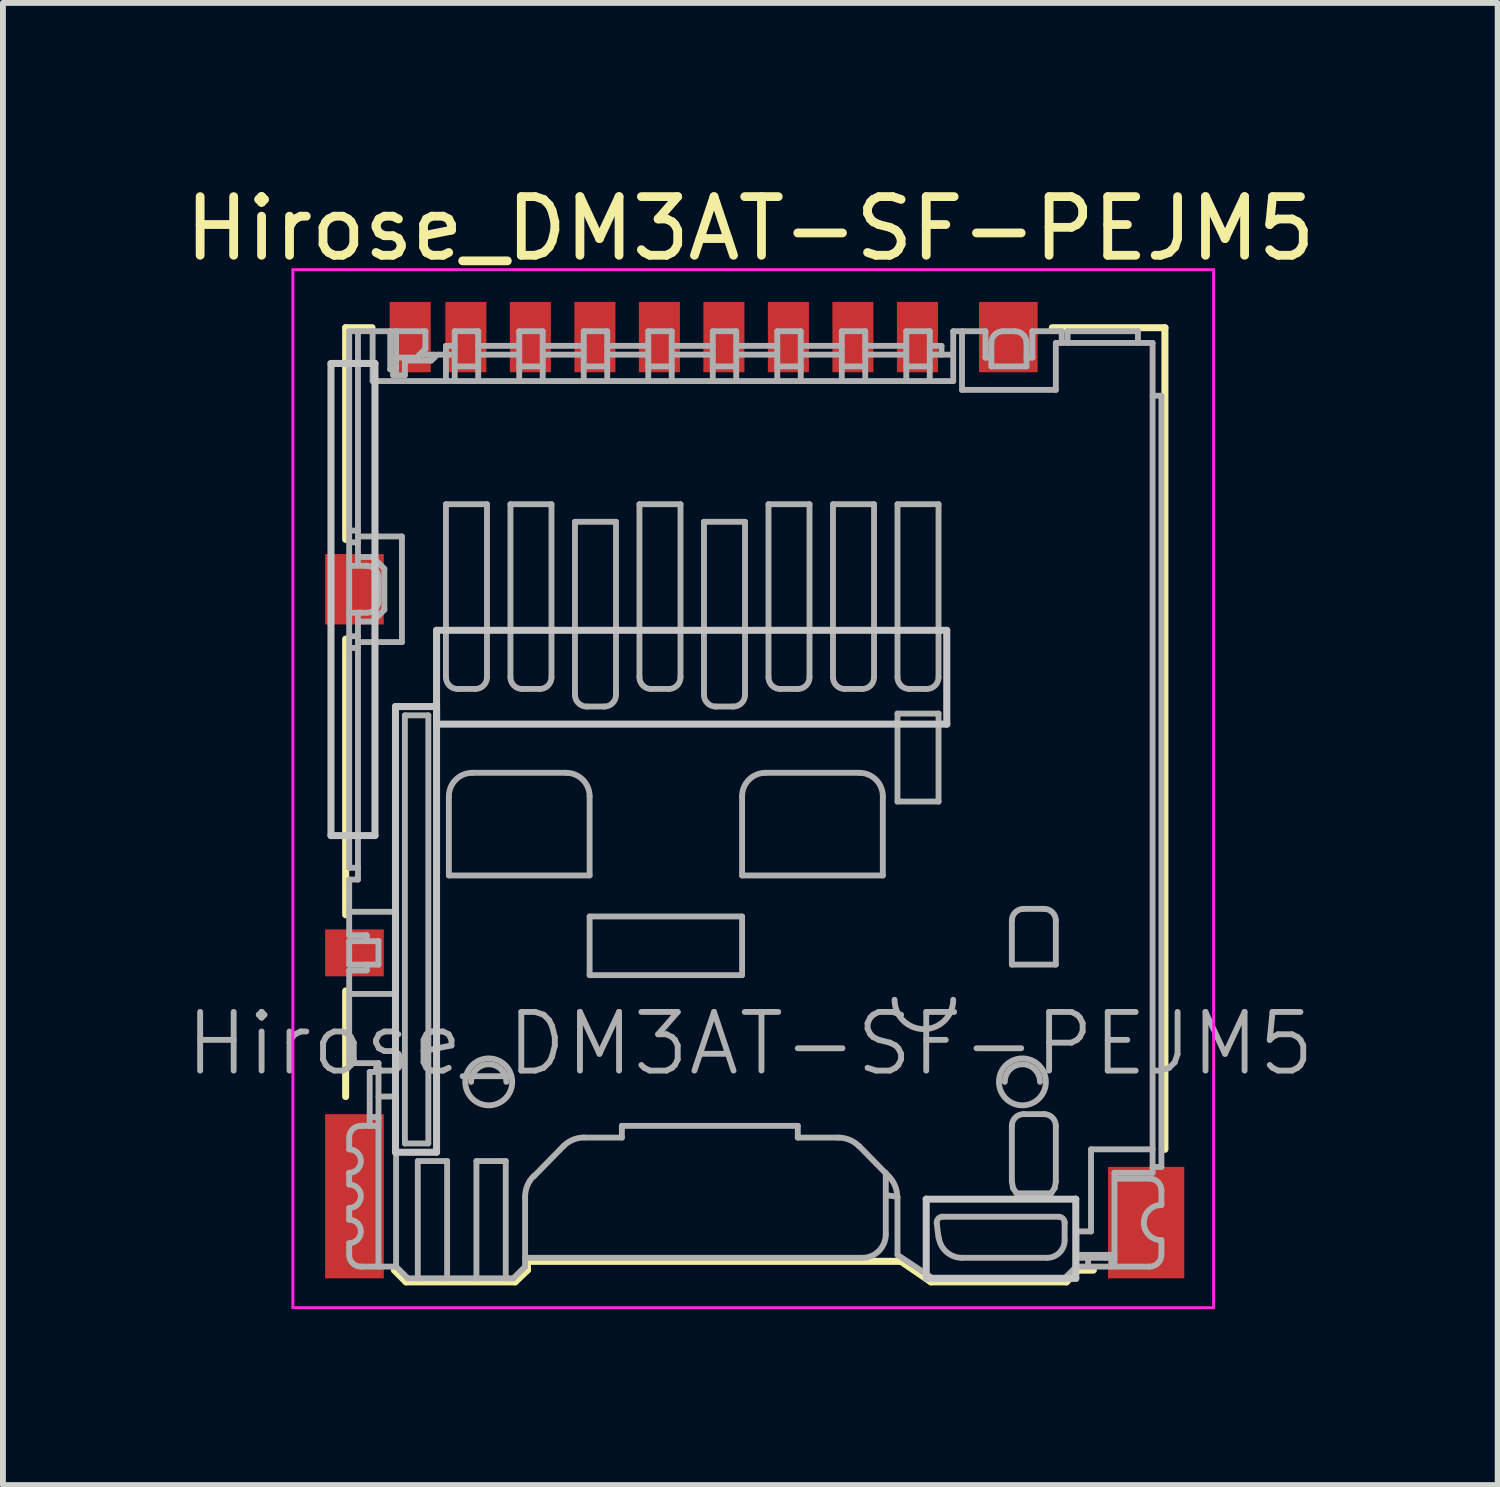
<source format=kicad_pcb>
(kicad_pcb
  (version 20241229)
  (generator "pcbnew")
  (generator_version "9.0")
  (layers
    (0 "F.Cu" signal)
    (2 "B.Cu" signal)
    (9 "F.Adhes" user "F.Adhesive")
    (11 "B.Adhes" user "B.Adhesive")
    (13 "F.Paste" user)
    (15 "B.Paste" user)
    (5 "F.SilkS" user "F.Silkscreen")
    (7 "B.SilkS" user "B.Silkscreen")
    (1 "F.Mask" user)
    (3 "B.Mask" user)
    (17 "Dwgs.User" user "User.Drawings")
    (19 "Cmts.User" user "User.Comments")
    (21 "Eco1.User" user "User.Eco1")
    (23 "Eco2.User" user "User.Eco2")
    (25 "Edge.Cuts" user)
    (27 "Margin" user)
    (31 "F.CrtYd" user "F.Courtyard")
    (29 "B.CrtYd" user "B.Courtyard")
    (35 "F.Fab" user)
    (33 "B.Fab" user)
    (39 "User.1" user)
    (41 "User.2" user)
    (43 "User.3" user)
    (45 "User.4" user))
  (footprint "Hirose_DM3AT-SF-PEJM5"
    (layer "F.Cu")
    (at 9.744 10.248)
    (property "Reference" "Hirose_DM3AT-SF-PEJM5" (at 0 -9.4 180) (layer "F.SilkS") (effects (font (size 1 1) (thickness 0.15))))
    (attr smd)
    (fp_line (start -6.9 -7.71) (end -6.9 -4.1) (stroke (width 0.12) (type solid)) (layer "F.SilkS"))
    (fp_line (start -6.9 -2.4) (end -6.9 2.3) (stroke (width 0.12) (type solid)) (layer "F.SilkS"))
    (fp_line (start -6.9 3.6) (end -6.9 5.4) (stroke (width 0.12) (type solid)) (layer "F.SilkS"))
    (fp_line (start -6.45 -7.71) (end -6.9 -7.71) (stroke (width 0.12) (type solid)) (layer "F.SilkS"))
    (fp_line (start -5.87 8.56) (end -6.07 8.36) (stroke (width 0.12) (type solid)) (layer "F.SilkS"))
    (fp_line (start -5.87 8.56) (end -4.01 8.56) (stroke (width 0.12) (type solid)) (layer "F.SilkS"))
    (fp_line (start -4.01 8.56) (end -3.8 8.36) (stroke (width 0.12) (type solid)) (layer "F.SilkS"))
    (fp_line (start -3.8 8.21) (end -3.8 8.36) (stroke (width 0.12) (type solid)) (layer "F.SilkS"))
    (fp_line (start -3.8 8.21) (end 2.57 8.21) (stroke (width 0.12) (type solid)) (layer "F.SilkS"))
    (fp_line (start 3.08 8.56) (end 2.57 8.21) (stroke (width 0.12) (type solid)) (layer "F.SilkS"))
    (fp_line (start 5.15 -7.71) (end 7.07 -7.71) (stroke (width 0.12) (type solid)) (layer "F.SilkS"))
    (fp_line (start 5.39 8.56) (end 3.08 8.56) (stroke (width 0.12) (type solid)) (layer "F.SilkS"))
    (fp_line (start 5.39 8.56) (end 5.59 8.36) (stroke (width 0.12) (type solid)) (layer "F.SilkS"))
    (fp_line (start 5.59 8.36) (end 5.85 8.36) (stroke (width 0.12) (type solid)) (layer "F.SilkS"))
    (fp_line (start 7.07 -7.71) (end 7.07 6.3) (stroke (width 0.12) (type solid)) (layer "F.SilkS"))
    (fp_line (start -7.15 -7.1) (end -6.4 -7.1) (stroke (width 0.12) (type solid)) (layer "Dwgs.User"))
    (fp_line (start -7.15 0.95) (end -7.15 -7.1) (stroke (width 0.12) (type solid)) (layer "Dwgs.User"))
    (fp_line (start -6.4 -7.1) (end -6.4 0.95) (stroke (width 0.12) (type solid)) (layer "Dwgs.User"))
    (fp_line (start -6.4 0.95) (end -7.15 0.95) (stroke (width 0.12) (type solid)) (layer "Dwgs.User"))
    (fp_line (start -6.05 -1.25) (end -5.35 -1.25) (stroke (width 0.12) (type solid)) (layer "Dwgs.User"))
    (fp_line (start -6.05 6.35) (end -6.05 -1.25) (stroke (width 0.12) (type solid)) (layer "Dwgs.User"))
    (fp_line (start -5.35 -2.55) (end -5.35 -0.95) (stroke (width 0.12) (type solid)) (layer "Dwgs.User"))
    (fp_line (start -5.35 -2.55) (end 3.35 -2.55) (stroke (width 0.12) (type solid)) (layer "Dwgs.User"))
    (fp_line (start -5.35 -1.25) (end -5.35 6.35) (stroke (width 0.12) (type solid)) (layer "Dwgs.User"))
    (fp_line (start -5.35 6.35) (end -6.05 6.35) (stroke (width 0.12) (type solid)) (layer "Dwgs.User"))
    (fp_line (start 3 7.15) (end 5.55 7.15) (stroke (width 0.12) (type solid)) (layer "Dwgs.User"))
    (fp_line (start 3 8.5) (end 3 7.15) (stroke (width 0.12) (type solid)) (layer "Dwgs.User"))
    (fp_line (start 3.35 -2.55) (end 3.35 -0.95) (stroke (width 0.12) (type solid)) (layer "Dwgs.User"))
    (fp_line (start 3.35 -0.95) (end -5.35 -0.95) (stroke (width 0.12) (type solid)) (layer "Dwgs.User"))
    (fp_line (start 5.55 7.15) (end 5.55 8.5) (stroke (width 0.12) (type solid)) (layer "Dwgs.User"))
    (fp_line (start 5.55 8.5) (end 3 8.5) (stroke (width 0.12) (type solid)) (layer "Dwgs.User"))
    (fp_line (start -7.8 -8.7) (end 7.9 -8.7) (stroke (width 0.05) (type solid)) (layer "F.CrtYd"))
    (fp_line (start -7.8 9) (end -7.8 -8.7) (stroke (width 0.05) (type solid)) (layer "F.CrtYd"))
    (fp_line (start 7.9 -8.7) (end 7.9 9) (stroke (width 0.05) (type solid)) (layer "F.CrtYd"))
    (fp_line (start 7.9 9) (end -7.8 9) (stroke (width 0.05) (type solid)) (layer "F.CrtYd"))
    (fp_line (start -6.84 -3.66) (end -6.83 -3.65) (stroke (width 0.1) (type solid)) (layer "F.Fab"))
    (fp_line (start -6.84 -2.84) (end -6.83 -2.85) (stroke (width 0.1) (type solid)) (layer "F.Fab"))
    (fp_line (start -6.84 -2.83) (end -6.84 -2.84) (stroke (width 0.1) (type solid)) (layer "F.Fab"))
    (fp_line (start -6.84 -2.45) (end -6.69 -2.45) (stroke (width 0.1) (type solid)) (layer "F.Fab"))
    (fp_line (start -6.84 1.5) (end -6.84 -7.65) (stroke (width 0.1) (type solid)) (layer "F.Fab"))
    (fp_line (start -6.84 1.5) (end -6.69 1.5) (stroke (width 0.1) (type solid)) (layer "F.Fab"))
    (fp_line (start -6.84 1.7) (end -6.84 2.65) (stroke (width 0.1) (type solid)) (layer "F.Fab"))
    (fp_line (start -6.84 1.7) (end -6.69 1.7) (stroke (width 0.1) (type solid)) (layer "F.Fab"))
    (fp_line (start -6.84 2.65) (end -6.54 2.65) (stroke (width 0.1) (type solid)) (layer "F.Fab"))
    (fp_line (start -6.84 2.75) (end -6.84 3.15) (stroke (width 0.1) (type solid)) (layer "F.Fab"))
    (fp_line (start -6.84 3.15) (end -6.34 3.15) (stroke (width 0.1) (type solid)) (layer "F.Fab"))
    (fp_line (start -6.84 4.83) (end -6.84 3.25) (stroke (width 0.1) (type solid)) (layer "F.Fab"))
    (fp_line (start -6.84 6.3) (end -6.84 6.1) (stroke (width 0.1) (type solid)) (layer "F.Fab"))
    (fp_line (start -6.84 6.9) (end -6.84 6.7) (stroke (width 0.1) (type solid)) (layer "F.Fab"))
    (fp_line (start -6.84 7.5) (end -6.84 7.3) (stroke (width 0.1) (type solid)) (layer "F.Fab"))
    (fp_line (start -6.84 8.1) (end -6.84 7.9) (stroke (width 0.1) (type solid)) (layer "F.Fab"))
    (fp_line (start -6.83 -3.65) (end -6.54 -3.65) (stroke (width 0.1) (type solid)) (layer "F.Fab"))
    (fp_line (start -6.69 -4.25) (end -6.84 -4.25) (stroke (width 0.1) (type solid)) (layer "F.Fab"))
    (fp_line (start -6.69 -4.05) (end -6.84 -4.05) (stroke (width 0.1) (type solid)) (layer "F.Fab"))
    (fp_line (start -6.69 -3.66) (end -6.69 -7.65) (stroke (width 0.1) (type solid)) (layer "F.Fab"))
    (fp_line (start -6.69 -2.84) (end -6.69 -2.83) (stroke (width 0.1) (type solid)) (layer "F.Fab"))
    (fp_line (start -6.69 -2.7) (end -6.44 -2.7) (stroke (width 0.1) (type solid)) (layer "F.Fab"))
    (fp_line (start -6.69 -2.35) (end -5.94 -2.35) (stroke (width 0.1) (type solid)) (layer "F.Fab"))
    (fp_line (start -6.69 -2.25) (end -6.84 -2.25) (stroke (width 0.1) (type solid)) (layer "F.Fab"))
    (fp_line (start -6.69 1.7) (end -6.69 -2.83) (stroke (width 0.1) (type solid)) (layer "F.Fab"))
    (fp_line (start -6.68 -2.84) (end -6.69 -2.84) (stroke (width 0.1) (type solid)) (layer "F.Fab"))
    (fp_line (start -6.67 -2.84) (end -6.68 -2.84) (stroke (width 0.1) (type solid)) (layer "F.Fab"))
    (fp_line (start -6.66 -2.85) (end -6.67 -2.84) (stroke (width 0.1) (type solid)) (layer "F.Fab"))
    (fp_line (start -6.65 -2.85) (end -6.66 -2.85) (stroke (width 0.1) (type solid)) (layer "F.Fab"))
    (fp_line (start -6.64 -2.85) (end -6.65 -2.85) (stroke (width 0.1) (type solid)) (layer "F.Fab"))
    (fp_line (start -6.64 5.9) (end -6.34 5.9) (stroke (width 0.1) (type solid)) (layer "F.Fab"))
    (fp_line (start -6.54 -2.85) (end -6.83 -2.85) (stroke (width 0.1) (type solid)) (layer "F.Fab"))
    (fp_line (start -6.54 2.75) (end -6.54 2.65) (stroke (width 0.1) (type solid)) (layer "F.Fab"))
    (fp_line (start -6.54 3.25) (end -6.84 3.25) (stroke (width 0.1) (type solid)) (layer "F.Fab"))
    (fp_line (start -6.54 3.25) (end -6.54 3.15) (stroke (width 0.1) (type solid)) (layer "F.Fab"))
    (fp_line (start -6.49 4.98) (end -6.49 5.9) (stroke (width 0.1) (type solid)) (layer "F.Fab"))
    (fp_line (start -6.49 5.75) (end -6.34 5.75) (stroke (width 0.1) (type solid)) (layer "F.Fab"))
    (fp_line (start -6.44 -7.65) (end -6.44 -6.8) (stroke (width 0.1) (type solid)) (layer "F.Fab"))
    (fp_line (start -6.44 -6.8) (end 3.46 -6.8) (stroke (width 0.1) (type solid)) (layer "F.Fab"))
    (fp_line (start -6.44 -3.8) (end -6.69 -3.8) (stroke (width 0.1) (type solid)) (layer "F.Fab"))
    (fp_line (start -6.44 -2.7) (end -6.24 -2.9) (stroke (width 0.1) (type solid)) (layer "F.Fab"))
    (fp_line (start -6.34 -3.45) (end -6.34 -3.05) (stroke (width 0.1) (type solid)) (layer "F.Fab"))
    (fp_line (start -6.34 2.75) (end -6.84 2.75) (stroke (width 0.1) (type solid)) (layer "F.Fab"))
    (fp_line (start -6.34 3.15) (end -6.34 2.75) (stroke (width 0.1) (type solid)) (layer "F.Fab"))
    (fp_line (start -6.34 4.83) (end -6.84 4.83) (stroke (width 0.1) (type solid)) (layer "F.Fab"))
    (fp_line (start -6.34 4.98) (end -6.49 4.98) (stroke (width 0.1) (type solid)) (layer "F.Fab"))
    (fp_line (start -6.34 8.3) (end -6.34 4.83) (stroke (width 0.1) (type solid)) (layer "F.Fab"))
    (fp_line (start -6.24 -3.6) (end -6.44 -3.8) (stroke (width 0.1) (type solid)) (layer "F.Fab"))
    (fp_line (start -6.24 -2.9) (end -6.24 -3.6) (stroke (width 0.1) (type solid)) (layer "F.Fab"))
    (fp_line (start -6.14 -7) (end -6.14 -7.65) (stroke (width 0.1) (type solid)) (layer "F.Fab"))
    (fp_line (start -6.09 -7) (end -6.14 -7) (stroke (width 0.1) (type solid)) (layer "F.Fab"))
    (fp_line (start -6.09 -6.9) (end -6.09 -7) (stroke (width 0.1) (type solid)) (layer "F.Fab"))
    (fp_line (start -6.09 -6.9) (end -5.89 -6.9) (stroke (width 0.1) (type solid)) (layer "F.Fab"))
    (fp_line (start -6.05 -7.65) (end -6.84 -7.65) (stroke (width 0.1) (type solid)) (layer "F.Fab"))
    (fp_line (start -6.04 -7.65) (end -6.04 -6.9) (stroke (width 0.1) (type solid)) (layer "F.Fab"))
    (fp_line (start -6.04 -7.2) (end -5.69 -7.2) (stroke (width 0.1) (type solid)) (layer "F.Fab"))
    (fp_line (start -6.04 2.25) (end -6.84 2.25) (stroke (width 0.1) (type solid)) (layer "F.Fab"))
    (fp_line (start -6.04 3.65) (end -6.84 3.65) (stroke (width 0.1) (type solid)) (layer "F.Fab"))
    (fp_line (start -6.04 3.65) (end -6.04 2.25) (stroke (width 0.1) (type solid)) (layer "F.Fab"))
    (fp_line (start -6.04 5.4) (end -6.34 5.4) (stroke (width 0.1) (type solid)) (layer "F.Fab"))
    (fp_line (start -6.04 8.3) (end -6.64 8.3) (stroke (width 0.1) (type solid)) (layer "F.Fab"))
    (fp_line (start -6.04 8.3) (end -6.04 5.4) (stroke (width 0.1) (type solid)) (layer "F.Fab"))
    (fp_line (start -5.94 -4.15) (end -6.69 -4.15) (stroke (width 0.1) (type solid)) (layer "F.Fab"))
    (fp_line (start -5.94 -2.35) (end -5.94 -4.15) (stroke (width 0.1) (type solid)) (layer "F.Fab"))
    (fp_line (start -5.89 -7.15) (end -5.44 -7.15) (stroke (width 0.1) (type solid)) (layer "F.Fab"))
    (fp_line (start -5.89 -6.9) (end -5.89 -7.2) (stroke (width 0.1) (type solid)) (layer "F.Fab"))
    (fp_line (start -5.89 -1.1) (end -5.89 6.2) (stroke (width 0.1) (type solid)) (layer "F.Fab"))
    (fp_line (start -5.89 6.2) (end -5.49 6.2) (stroke (width 0.1) (type solid)) (layer "F.Fab"))
    (fp_line (start -5.84 8.5) (end -6.04 8.3) (stroke (width 0.1) (type solid)) (layer "F.Fab"))
    (fp_line (start -5.67 6.5) (end -5.67 8.5) (stroke (width 0.1) (type solid)) (layer "F.Fab"))
    (fp_line (start -5.54 -7.65) (end -6.04 -7.65) (stroke (width 0.1) (type solid)) (layer "F.Fab"))
    (fp_line (start -5.54 -7.65) (end -5.54 -7.35) (stroke (width 0.1) (type solid)) (layer "F.Fab"))
    (fp_line (start -5.54 -7.35) (end -5.69 -7.2) (stroke (width 0.1) (type solid)) (layer "F.Fab"))
    (fp_line (start -5.49 -1.1) (end -5.89 -1.1) (stroke (width 0.1) (type solid)) (layer "F.Fab"))
    (fp_line (start -5.49 6.2) (end -5.49 -1.1) (stroke (width 0.1) (type solid)) (layer "F.Fab"))
    (fp_line (start -5.44 -7.15) (end -5.34 -7.25) (stroke (width 0.1) (type solid)) (layer "F.Fab"))
    (fp_line (start -5.39 -7.25) (end -5.64 -7.25) (stroke (width 0.1) (type solid)) (layer "F.Fab"))
    (fp_line (start -5.39 -7.2) (end -5.39 -7.25) (stroke (width 0.1) (type solid)) (layer "F.Fab"))
    (fp_line (start -5.19 -7.25) (end -5.19 -7.4) (stroke (width 0.1) (type solid)) (layer "F.Fab"))
    (fp_line (start -5.19 -7.25) (end -5.19 -6.8) (stroke (width 0.1) (type solid)) (layer "F.Fab"))
    (fp_line (start -5.19 -4.7) (end -5.19 -1.75) (stroke (width 0.1) (type solid)) (layer "F.Fab"))
    (fp_line (start -5.17 6.5) (end -5.67 6.5) (stroke (width 0.1) (type solid)) (layer "F.Fab"))
    (fp_line (start -5.17 8.5) (end -5.17 6.5) (stroke (width 0.1) (type solid)) (layer "F.Fab"))
    (fp_line (start -5.14 0.28) (end -5.14 1.63) (stroke (width 0.1) (type solid)) (layer "F.Fab"))
    (fp_line (start -5.14 1.63) (end -2.74 1.63) (stroke (width 0.1) (type solid)) (layer "F.Fab"))
    (fp_line (start -5.04 -7.65) (end -5.04 -6.8) (stroke (width 0.1) (type solid)) (layer "F.Fab"))
    (fp_line (start -5.04 -7.4) (end -5.19 -7.4) (stroke (width 0.1) (type solid)) (layer "F.Fab"))
    (fp_line (start -5.04 -7.25) (end -5.34 -7.25) (stroke (width 0.1) (type solid)) (layer "F.Fab"))
    (fp_line (start -4.99 -1.55) (end -4.69 -1.55) (stroke (width 0.1) (type solid)) (layer "F.Fab"))
    (fp_line (start -4.67 6.5) (end -4.67 8.5) (stroke (width 0.1) (type solid)) (layer "F.Fab"))
    (fp_line (start -4.64 -7.65) (end -5.04 -7.65) (stroke (width 0.1) (type solid)) (layer "F.Fab"))
    (fp_line (start -4.64 -7.05) (end -5.04 -7.05) (stroke (width 0.1) (type solid)) (layer "F.Fab"))
    (fp_line (start -4.64 -6.8) (end -4.64 -7.65) (stroke (width 0.1) (type solid)) (layer "F.Fab"))
    (fp_line (start -4.49 -4.7) (end -5.19 -4.7) (stroke (width 0.1) (type solid)) (layer "F.Fab"))
    (fp_line (start -4.49 -1.75) (end -4.49 -4.7) (stroke (width 0.1) (type solid)) (layer "F.Fab"))
    (fp_line (start -4.17 6.5) (end -4.67 6.5) (stroke (width 0.1) (type solid)) (layer "F.Fab"))
    (fp_line (start -4.17 8.5) (end -4.17 6.5) (stroke (width 0.1) (type solid)) (layer "F.Fab"))
    (fp_line (start -4.09 -4.7) (end -4.09 -1.75) (stroke (width 0.1) (type solid)) (layer "F.Fab"))
    (fp_line (start -4.04 8.5) (end -5.84 8.5) (stroke (width 0.1) (type solid)) (layer "F.Fab"))
    (fp_line (start -3.94 -7.65) (end -3.94 -6.8) (stroke (width 0.1) (type solid)) (layer "F.Fab"))
    (fp_line (start -3.94 -7.4) (end -4.64 -7.4) (stroke (width 0.1) (type solid)) (layer "F.Fab"))
    (fp_line (start -3.94 -7.25) (end -4.64 -7.25) (stroke (width 0.1) (type solid)) (layer "F.Fab"))
    (fp_line (start -3.89 -1.55) (end -3.59 -1.55) (stroke (width 0.1) (type solid)) (layer "F.Fab"))
    (fp_line (start -3.84 8.3) (end -4.04 8.5) (stroke (width 0.1) (type solid)) (layer "F.Fab"))
    (fp_line (start -3.84 8.3) (end -3.84 7.11) (stroke (width 0.1) (type solid)) (layer "F.Fab"))
    (fp_line (start -3.69 6.76) (end -3.19 6.25) (stroke (width 0.1) (type solid)) (layer "F.Fab"))
    (fp_line (start -3.54 -7.65) (end -3.94 -7.65) (stroke (width 0.1) (type solid)) (layer "F.Fab"))
    (fp_line (start -3.54 -7.05) (end -3.94 -7.05) (stroke (width 0.1) (type solid)) (layer "F.Fab"))
    (fp_line (start -3.54 -6.8) (end -3.54 -7.65) (stroke (width 0.1) (type solid)) (layer "F.Fab"))
    (fp_line (start -3.39 -4.7) (end -4.09 -4.7) (stroke (width 0.1) (type solid)) (layer "F.Fab"))
    (fp_line (start -3.39 -1.75) (end -3.39 -4.7) (stroke (width 0.1) (type solid)) (layer "F.Fab"))
    (fp_line (start -3.14 -0.12) (end -4.74 -0.12) (stroke (width 0.1) (type solid)) (layer "F.Fab"))
    (fp_line (start -2.99 -4.4) (end -2.99 -1.45) (stroke (width 0.1) (type solid)) (layer "F.Fab"))
    (fp_line (start -2.84 -7.65) (end -2.84 -6.8) (stroke (width 0.1) (type solid)) (layer "F.Fab"))
    (fp_line (start -2.84 -7.4) (end -3.54 -7.4) (stroke (width 0.1) (type solid)) (layer "F.Fab"))
    (fp_line (start -2.84 -7.25) (end -3.54 -7.25) (stroke (width 0.1) (type solid)) (layer "F.Fab"))
    (fp_line (start -2.83 6.1) (end -2.19 6.1) (stroke (width 0.1) (type solid)) (layer "F.Fab"))
    (fp_line (start -2.79 -1.25) (end -2.49 -1.25) (stroke (width 0.1) (type solid)) (layer "F.Fab"))
    (fp_line (start -2.74 1.63) (end -2.74 0.28) (stroke (width 0.1) (type solid)) (layer "F.Fab"))
    (fp_line (start -2.74 2.33) (end -2.74 3.33) (stroke (width 0.1) (type solid)) (layer "F.Fab"))
    (fp_line (start -2.74 3.33) (end -0.14 3.33) (stroke (width 0.1) (type solid)) (layer "F.Fab"))
    (fp_line (start -2.44 -7.65) (end -2.84 -7.65) (stroke (width 0.1) (type solid)) (layer "F.Fab"))
    (fp_line (start -2.44 -7.05) (end -2.84 -7.05) (stroke (width 0.1) (type solid)) (layer "F.Fab"))
    (fp_line (start -2.44 -6.8) (end -2.44 -7.65) (stroke (width 0.1) (type solid)) (layer "F.Fab"))
    (fp_line (start -2.29 -4.4) (end -2.99 -4.4) (stroke (width 0.1) (type solid)) (layer "F.Fab"))
    (fp_line (start -2.29 -1.45) (end -2.29 -4.4) (stroke (width 0.1) (type solid)) (layer "F.Fab"))
    (fp_line (start -2.19 5.9) (end 0.81 5.9) (stroke (width 0.1) (type solid)) (layer "F.Fab"))
    (fp_line (start -2.19 6.1) (end -2.19 5.9) (stroke (width 0.1) (type solid)) (layer "F.Fab"))
    (fp_line (start -1.89 -4.7) (end -1.89 -1.75) (stroke (width 0.1) (type solid)) (layer "F.Fab"))
    (fp_line (start -1.74 -7.65) (end -1.74 -6.8) (stroke (width 0.1) (type solid)) (layer "F.Fab"))
    (fp_line (start -1.74 -7.4) (end -2.44 -7.4) (stroke (width 0.1) (type solid)) (layer "F.Fab"))
    (fp_line (start -1.74 -7.25) (end -2.44 -7.25) (stroke (width 0.1) (type solid)) (layer "F.Fab"))
    (fp_line (start -1.69 -1.55) (end -1.39 -1.55) (stroke (width 0.1) (type solid)) (layer "F.Fab"))
    (fp_line (start -1.34 -7.65) (end -1.74 -7.65) (stroke (width 0.1) (type solid)) (layer "F.Fab"))
    (fp_line (start -1.34 -7.05) (end -1.74 -7.05) (stroke (width 0.1) (type solid)) (layer "F.Fab"))
    (fp_line (start -1.34 -6.8) (end -1.34 -7.65) (stroke (width 0.1) (type solid)) (layer "F.Fab"))
    (fp_line (start -1.19 -4.7) (end -1.89 -4.7) (stroke (width 0.1) (type solid)) (layer "F.Fab"))
    (fp_line (start -1.19 -1.75) (end -1.19 -4.7) (stroke (width 0.1) (type solid)) (layer "F.Fab"))
    (fp_line (start -0.79 -4.4) (end -0.79 -1.45) (stroke (width 0.1) (type solid)) (layer "F.Fab"))
    (fp_line (start -0.64 -7.65) (end -0.64 -6.8) (stroke (width 0.1) (type solid)) (layer "F.Fab"))
    (fp_line (start -0.64 -7.4) (end -1.34 -7.4) (stroke (width 0.1) (type solid)) (layer "F.Fab"))
    (fp_line (start -0.64 -7.25) (end -1.34 -7.25) (stroke (width 0.1) (type solid)) (layer "F.Fab"))
    (fp_line (start -0.59 -1.25) (end -0.29 -1.25) (stroke (width 0.1) (type solid)) (layer "F.Fab"))
    (fp_line (start -0.24 -7.65) (end -0.64 -7.65) (stroke (width 0.1) (type solid)) (layer "F.Fab"))
    (fp_line (start -0.24 -7.05) (end -0.64 -7.05) (stroke (width 0.1) (type solid)) (layer "F.Fab"))
    (fp_line (start -0.24 -6.8) (end -0.24 -7.65) (stroke (width 0.1) (type solid)) (layer "F.Fab"))
    (fp_line (start -0.14 0.28) (end -0.14 1.63) (stroke (width 0.1) (type solid)) (layer "F.Fab"))
    (fp_line (start -0.14 1.63) (end 2.26 1.63) (stroke (width 0.1) (type solid)) (layer "F.Fab"))
    (fp_line (start -0.14 2.33) (end -2.74 2.33) (stroke (width 0.1) (type solid)) (layer "F.Fab"))
    (fp_line (start -0.14 3.33) (end -0.14 2.33) (stroke (width 0.1) (type solid)) (layer "F.Fab"))
    (fp_line (start -0.09 -4.4) (end -0.79 -4.4) (stroke (width 0.1) (type solid)) (layer "F.Fab"))
    (fp_line (start -0.09 -1.45) (end -0.09 -4.4) (stroke (width 0.1) (type solid)) (layer "F.Fab"))
    (fp_line (start 0.31 -4.7) (end 0.31 -1.75) (stroke (width 0.1) (type solid)) (layer "F.Fab"))
    (fp_line (start 0.46 -7.65) (end 0.46 -6.8) (stroke (width 0.1) (type solid)) (layer "F.Fab"))
    (fp_line (start 0.46 -7.4) (end -0.24 -7.4) (stroke (width 0.1) (type solid)) (layer "F.Fab"))
    (fp_line (start 0.46 -7.25) (end -0.24 -7.25) (stroke (width 0.1) (type solid)) (layer "F.Fab"))
    (fp_line (start 0.51 -1.55) (end 0.81 -1.55) (stroke (width 0.1) (type solid)) (layer "F.Fab"))
    (fp_line (start 0.81 5.9) (end 0.81 6.1) (stroke (width 0.1) (type solid)) (layer "F.Fab"))
    (fp_line (start 0.81 6.1) (end 1.5 6.1) (stroke (width 0.1) (type solid)) (layer "F.Fab"))
    (fp_line (start 0.86 -7.65) (end 0.46 -7.65) (stroke (width 0.1) (type solid)) (layer "F.Fab"))
    (fp_line (start 0.86 -7.05) (end 0.46 -7.05) (stroke (width 0.1) (type solid)) (layer "F.Fab"))
    (fp_line (start 0.86 -6.8) (end 0.86 -7.65) (stroke (width 0.1) (type solid)) (layer "F.Fab"))
    (fp_line (start 1.01 -4.7) (end 0.31 -4.7) (stroke (width 0.1) (type solid)) (layer "F.Fab"))
    (fp_line (start 1.01 -1.75) (end 1.01 -4.7) (stroke (width 0.1) (type solid)) (layer "F.Fab"))
    (fp_line (start 1.41 -4.7) (end 1.41 -1.75) (stroke (width 0.1) (type solid)) (layer "F.Fab"))
    (fp_line (start 1.56 -7.65) (end 1.56 -6.8) (stroke (width 0.1) (type solid)) (layer "F.Fab"))
    (fp_line (start 1.56 -7.4) (end 0.86 -7.4) (stroke (width 0.1) (type solid)) (layer "F.Fab"))
    (fp_line (start 1.56 -7.25) (end 0.86 -7.25) (stroke (width 0.1) (type solid)) (layer "F.Fab"))
    (fp_line (start 1.61 -1.55) (end 1.91 -1.55) (stroke (width 0.1) (type solid)) (layer "F.Fab"))
    (fp_line (start 1.86 -0.12) (end 0.26 -0.12) (stroke (width 0.1) (type solid)) (layer "F.Fab"))
    (fp_line (start 1.86 6.25) (end 2.36 6.76) (stroke (width 0.1) (type solid)) (layer "F.Fab"))
    (fp_line (start 1.91 8.15) (end -3.84 8.15) (stroke (width 0.1) (type solid)) (layer "F.Fab"))
    (fp_line (start 1.96 -7.65) (end 1.56 -7.65) (stroke (width 0.1) (type solid)) (layer "F.Fab"))
    (fp_line (start 1.96 -7.05) (end 1.56 -7.05) (stroke (width 0.1) (type solid)) (layer "F.Fab"))
    (fp_line (start 1.96 -6.8) (end 1.96 -7.65) (stroke (width 0.1) (type solid)) (layer "F.Fab"))
    (fp_line (start 2.11 -4.7) (end 1.41 -4.7) (stroke (width 0.1) (type solid)) (layer "F.Fab"))
    (fp_line (start 2.11 -1.75) (end 2.11 -4.7) (stroke (width 0.1) (type solid)) (layer "F.Fab"))
    (fp_line (start 2.26 1.63) (end 2.26 0.28) (stroke (width 0.1) (type solid)) (layer "F.Fab"))
    (fp_line (start 2.31 6.7) (end 2.31 7.75) (stroke (width 0.1) (type solid)) (layer "F.Fab"))
    (fp_line (start 2.31 7.08) (end 2.51 7.11) (stroke (width 0.1) (type solid)) (layer "F.Fab"))
    (fp_line (start 2.51 -4.7) (end 2.51 -1.75) (stroke (width 0.1) (type solid)) (layer "F.Fab"))
    (fp_line (start 2.51 -1.13) (end 2.51 0.37) (stroke (width 0.1) (type solid)) (layer "F.Fab"))
    (fp_line (start 2.51 0.37) (end 3.21 0.37) (stroke (width 0.1) (type solid)) (layer "F.Fab"))
    (fp_line (start 2.51 7.11) (end 2.51 8.1) (stroke (width 0.1) (type solid)) (layer "F.Fab"))
    (fp_line (start 2.66 -7.65) (end 2.66 -6.8) (stroke (width 0.1) (type solid)) (layer "F.Fab"))
    (fp_line (start 2.66 -7.4) (end 1.96 -7.4) (stroke (width 0.1) (type solid)) (layer "F.Fab"))
    (fp_line (start 2.66 -7.25) (end 1.96 -7.25) (stroke (width 0.1) (type solid)) (layer "F.Fab"))
    (fp_line (start 2.71 -1.55) (end 3.01 -1.55) (stroke (width 0.1) (type solid)) (layer "F.Fab"))
    (fp_line (start 3.06 -7.65) (end 2.66 -7.65) (stroke (width 0.1) (type solid)) (layer "F.Fab"))
    (fp_line (start 3.06 -7.05) (end 2.66 -7.05) (stroke (width 0.1) (type solid)) (layer "F.Fab"))
    (fp_line (start 3.06 -6.8) (end 3.06 -7.65) (stroke (width 0.1) (type solid)) (layer "F.Fab"))
    (fp_line (start 3.11 8.5) (end 2.51 8.1) (stroke (width 0.1) (type solid)) (layer "F.Fab"))
    (fp_line (start 3.18 7.57) (end 3.21 7.81) (stroke (width 0.1) (type solid)) (layer "F.Fab"))
    (fp_line (start 3.21 -4.7) (end 2.51 -4.7) (stroke (width 0.1) (type solid)) (layer "F.Fab"))
    (fp_line (start 3.21 -1.75) (end 3.21 -4.7) (stroke (width 0.1) (type solid)) (layer "F.Fab"))
    (fp_line (start 3.21 -1.13) (end 2.51 -1.13) (stroke (width 0.1) (type solid)) (layer "F.Fab"))
    (fp_line (start 3.21 0.37) (end 3.21 -1.13) (stroke (width 0.1) (type solid)) (layer "F.Fab"))
    (fp_line (start 3.26 -7.4) (end 3.06 -7.4) (stroke (width 0.1) (type solid)) (layer "F.Fab"))
    (fp_line (start 3.26 -7.4) (end 3.26 -7.25) (stroke (width 0.1) (type solid)) (layer "F.Fab"))
    (fp_line (start 3.46 -7.65) (end 3.46 -6.8) (stroke (width 0.1) (type solid)) (layer "F.Fab"))
    (fp_line (start 3.46 -7.65) (end 4.01 -7.65) (stroke (width 0.1) (type solid)) (layer "F.Fab"))
    (fp_line (start 3.46 -7.25) (end 3.06 -7.25) (stroke (width 0.1) (type solid)) (layer "F.Fab"))
    (fp_line (start 3.61 -7.65) (end 3.61 -6.65) (stroke (width 0.1) (type solid)) (layer "F.Fab"))
    (fp_line (start 3.61 -6.65) (end 5.21 -6.65) (stroke (width 0.1) (type solid)) (layer "F.Fab"))
    (fp_line (start 3.61 8.15) (end 5.06 8.15) (stroke (width 0.1) (type solid)) (layer "F.Fab"))
    (fp_line (start 4.01 -7.2) (end 4.01 -7.65) (stroke (width 0.1) (type solid)) (layer "F.Fab"))
    (fp_line (start 4.01 -7.2) (end 4.11 -7.2) (stroke (width 0.1) (type solid)) (layer "F.Fab"))
    (fp_line (start 4.11 -7.45) (end 4.11 -7.05) (stroke (width 0.1) (type solid)) (layer "F.Fab"))
    (fp_line (start 4.11 -7.05) (end 4.71 -7.05) (stroke (width 0.1) (type solid)) (layer "F.Fab"))
    (fp_line (start 4.31 -7.65) (end 4.51 -7.65) (stroke (width 0.1) (type solid)) (layer "F.Fab"))
    (fp_line (start 4.46 2.4) (end 4.46 3.15) (stroke (width 0.1) (type solid)) (layer "F.Fab"))
    (fp_line (start 4.46 3.15) (end 5.21 3.15) (stroke (width 0.1) (type solid)) (layer "F.Fab"))
    (fp_line (start 4.46 5.9) (end 4.46 6.85) (stroke (width 0.1) (type solid)) (layer "F.Fab"))
    (fp_line (start 4.46 6.85) (end 4.48 6.96) (stroke (width 0.1) (type solid)) (layer "F.Fab"))
    (fp_line (start 4.48 6.96) (end 4.54 7.05) (stroke (width 0.1) (type solid)) (layer "F.Fab"))
    (fp_line (start 4.54 7.05) (end 5.13 7.05) (stroke (width 0.1) (type solid)) (layer "F.Fab"))
    (fp_line (start 4.71 -7.2) (end 4.81 -7.2) (stroke (width 0.1) (type solid)) (layer "F.Fab"))
    (fp_line (start 4.71 -7.05) (end 4.71 -7.45) (stroke (width 0.1) (type solid)) (layer "F.Fab"))
    (fp_line (start 4.81 -7.65) (end 5.31 -7.65) (stroke (width 0.1) (type solid)) (layer "F.Fab"))
    (fp_line (start 4.81 -7.2) (end 4.81 -7.65) (stroke (width 0.1) (type solid)) (layer "F.Fab"))
    (fp_line (start 5.01 2.2) (end 4.66 2.2) (stroke (width 0.1) (type solid)) (layer "F.Fab"))
    (fp_line (start 5.01 5.7) (end 4.66 5.7) (stroke (width 0.1) (type solid)) (layer "F.Fab"))
    (fp_line (start 5.13 7.05) (end 5.19 6.96) (stroke (width 0.1) (type solid)) (layer "F.Fab"))
    (fp_line (start 5.19 6.96) (end 5.21 6.85) (stroke (width 0.1) (type solid)) (layer "F.Fab"))
    (fp_line (start 5.21 -7.45) (end 6.86 -7.45) (stroke (width 0.1) (type solid)) (layer "F.Fab"))
    (fp_line (start 5.21 -6.65) (end 5.21 -7.45) (stroke (width 0.1) (type solid)) (layer "F.Fab"))
    (fp_line (start 5.21 3.15) (end 5.21 2.4) (stroke (width 0.1) (type solid)) (layer "F.Fab"))
    (fp_line (start 5.21 6.85) (end 5.21 5.9) (stroke (width 0.1) (type solid)) (layer "F.Fab"))
    (fp_line (start 5.26 7.45) (end 3.28 7.45) (stroke (width 0.1) (type solid)) (layer "F.Fab"))
    (fp_line (start 5.31 -7.65) (end 5.31 -7.45) (stroke (width 0.1) (type solid)) (layer "F.Fab"))
    (fp_line (start 5.36 7.85) (end 5.36 7.55) (stroke (width 0.1) (type solid)) (layer "F.Fab"))
    (fp_line (start 5.36 8.5) (end 3.11 8.5) (stroke (width 0.1) (type solid)) (layer "F.Fab"))
    (fp_line (start 5.36 8.5) (end 5.56 8.3) (stroke (width 0.1) (type solid)) (layer "F.Fab"))
    (fp_line (start 5.41 -7.65) (end 5.41 -7.45) (stroke (width 0.1) (type solid)) (layer "F.Fab"))
    (fp_line (start 5.41 -7.65) (end 6.61 -7.65) (stroke (width 0.1) (type solid)) (layer "F.Fab"))
    (fp_line (start 5.56 7.7) (end 5.56 8.3) (stroke (width 0.1) (type solid)) (layer "F.Fab"))
    (fp_line (start 5.56 7.7) (end 5.81 7.7) (stroke (width 0.1) (type solid)) (layer "F.Fab"))
    (fp_line (start 5.56 8.3) (end 6.16 8.3) (stroke (width 0.1) (type solid)) (layer "F.Fab"))
    (fp_line (start 5.76 8.3) (end 5.76 8.15) (stroke (width 0.1) (type solid)) (layer "F.Fab"))
    (fp_line (start 5.81 6.3) (end 5.81 7.7) (stroke (width 0.1) (type solid)) (layer "F.Fab"))
    (fp_line (start 6.06 8.1) (end 6.06 8.15) (stroke (width 0.1) (type solid)) (layer "F.Fab"))
    (fp_line (start 6.16 8.15) (end 5.56 8.15) (stroke (width 0.1) (type solid)) (layer "F.Fab"))
    (fp_line (start 6.16 8.3) (end 6.16 8.15) (stroke (width 0.1) (type solid)) (layer "F.Fab"))
    (fp_line (start 6.21 6.7) (end 6.21 8.3) (stroke (width 0.1) (type solid)) (layer "F.Fab"))
    (fp_line (start 6.21 6.7) (end 6.86 6.7) (stroke (width 0.1) (type solid)) (layer "F.Fab"))
    (fp_line (start 6.21 6.8) (end 6.81 6.8) (stroke (width 0.1) (type solid)) (layer "F.Fab"))
    (fp_line (start 6.21 8.1) (end 5.56 8.1) (stroke (width 0.1) (type solid)) (layer "F.Fab"))
    (fp_line (start 6.61 -7.45) (end 6.61 -7.65) (stroke (width 0.1) (type solid)) (layer "F.Fab"))
    (fp_line (start 6.81 8.3) (end 6.21 8.3) (stroke (width 0.1) (type solid)) (layer "F.Fab"))
    (fp_line (start 6.86 6.3) (end 5.81 6.3) (stroke (width 0.1) (type solid)) (layer "F.Fab"))
    (fp_line (start 6.86 6.7) (end 6.86 -7.45) (stroke (width 0.1) (type solid)) (layer "F.Fab"))
    (fp_line (start 7.01 -6.55) (end 6.86 -6.55) (stroke (width 0.1) (type solid)) (layer "F.Fab"))
    (fp_line (start 7.01 6.6) (end 6.86 6.6) (stroke (width 0.1) (type solid)) (layer "F.Fab"))
    (fp_line (start 7.01 6.6) (end 7.01 -6.55) (stroke (width 0.1) (type solid)) (layer "F.Fab"))
    (fp_line (start 7.01 7) (end 7.01 7.25) (stroke (width 0.1) (type solid)) (layer "F.Fab"))
    (fp_line (start 7.01 7.85) (end 7.01 8.1) (stroke (width 0.1) (type solid)) (layer "F.Fab"))
    (fp_arc (start -6.84 6.1) (mid -6.781421 5.958579) (end -6.64 5.9) (stroke (width 0.1) (type solid)) (layer "F.Fab"))
    (fp_arc (start -6.84 6.3) (mid -6.64 6.5) (end -6.84 6.7) (stroke (width 0.1) (type solid)) (layer "F.Fab"))
    (fp_arc (start -6.84 6.9) (mid -6.64 7.1) (end -6.84 7.3) (stroke (width 0.1) (type solid)) (layer "F.Fab"))
    (fp_arc (start -6.84 7.5) (mid -6.64 7.7) (end -6.84 7.9) (stroke (width 0.1) (type solid)) (layer "F.Fab"))
    (fp_arc (start -6.64 8.3) (mid -6.781421 8.241421) (end -6.84 8.1) (stroke (width 0.1) (type solid)) (layer "F.Fab"))
    (fp_arc (start -6.54 -3.65) (mid -6.398579 -3.591421) (end -6.34 -3.45) (stroke (width 0.1) (type solid)) (layer "F.Fab"))
    (fp_arc (start -6.34 -3.05) (mid -6.398579 -2.908579) (end -6.54 -2.85) (stroke (width 0.1) (type solid)) (layer "F.Fab"))
    (fp_arc (start -5.14 0.28) (mid -5.022843 -0.002843) (end -4.74 -0.12) (stroke (width 0.1) (type solid)) (layer "F.Fab"))
    (fp_arc (start -4.99 -1.55) (mid -5.131421 -1.608579) (end -5.19 -1.75) (stroke (width 0.1) (type solid)) (layer "F.Fab"))
    (fp_arc (start -4.76 5.15) (mid -4.46 4.85) (end -4.16 5.15) (stroke (width 0.1) (type solid)) (layer "F.Fab"))
    (fp_arc (start -4.49 -1.75) (mid -4.548579 -1.608579) (end -4.69 -1.55) (stroke (width 0.1) (type solid)) (layer "F.Fab"))
    (fp_arc (start -4.06 5.15) (mid -4.86 5.15) (end -4.06 5.15) (stroke (width 0.1) (type solid)) (layer "F.Fab"))
    (fp_arc (start -3.89 -1.55) (mid -4.031421 -1.608579) (end -4.09 -1.75) (stroke (width 0.1) (type solid)) (layer "F.Fab"))
    (fp_arc (start -3.84 7.11) (mid -3.80194 6.918658) (end -3.693553 6.756447) (stroke (width 0.1) (type solid)) (layer "F.Fab"))
    (fp_arc (start -3.39 -1.75) (mid -3.448579 -1.608579) (end -3.59 -1.55) (stroke (width 0.1) (type solid)) (layer "F.Fab"))
    (fp_arc (start -3.19 6.25) (mid -3.028657 6.138876) (end -2.837071 6.097954) (stroke (width 0.1) (type solid)) (layer "F.Fab"))
    (fp_arc (start -3.14 -0.12) (mid -2.857157 -0.002843) (end -2.74 0.28) (stroke (width 0.1) (type solid)) (layer "F.Fab"))
    (fp_arc (start -2.79 -1.25) (mid -2.931421 -1.308579) (end -2.99 -1.45) (stroke (width 0.1) (type solid)) (layer "F.Fab"))
    (fp_arc (start -2.29 -1.45) (mid -2.348579 -1.308579) (end -2.49 -1.25) (stroke (width 0.1) (type solid)) (layer "F.Fab"))
    (fp_arc (start -1.69 -1.55) (mid -1.831421 -1.608579) (end -1.89 -1.75) (stroke (width 0.1) (type solid)) (layer "F.Fab"))
    (fp_arc (start -1.19 -1.75) (mid -1.248579 -1.608579) (end -1.39 -1.55) (stroke (width 0.1) (type solid)) (layer "F.Fab"))
    (fp_arc (start -0.59 -1.25) (mid -0.731421 -1.308579) (end -0.79 -1.45) (stroke (width 0.1) (type solid)) (layer "F.Fab"))
    (fp_arc (start -0.14 0.28) (mid -0.022843 -0.002843) (end 0.26 -0.12) (stroke (width 0.1) (type solid)) (layer "F.Fab"))
    (fp_arc (start -0.09 -1.45) (mid -0.148579 -1.308579) (end -0.29 -1.25) (stroke (width 0.1) (type solid)) (layer "F.Fab"))
    (fp_arc (start 0.51 -1.55) (mid 0.368579 -1.608579) (end 0.31 -1.75) (stroke (width 0.1) (type solid)) (layer "F.Fab"))
    (fp_arc (start 1.01 -1.75) (mid 0.951421 -1.608579) (end 0.81 -1.55) (stroke (width 0.1) (type solid)) (layer "F.Fab"))
    (fp_arc (start 1.5 6.1) (mid 1.691342 6.13806) (end 1.853553 6.246447) (stroke (width 0.1) (type solid)) (layer "F.Fab"))
    (fp_arc (start 1.61 -1.55) (mid 1.468579 -1.608579) (end 1.41 -1.75) (stroke (width 0.1) (type solid)) (layer "F.Fab"))
    (fp_arc (start 1.86 -0.12) (mid 2.142843 -0.002843) (end 2.26 0.28) (stroke (width 0.1) (type solid)) (layer "F.Fab"))
    (fp_arc (start 2.11 -1.75) (mid 2.051421 -1.608579) (end 1.91 -1.55) (stroke (width 0.1) (type solid)) (layer "F.Fab"))
    (fp_arc (start 2.31 7.75) (mid 2.192843 8.032843) (end 1.91 8.15) (stroke (width 0.1) (type solid)) (layer "F.Fab"))
    (fp_arc (start 2.36 6.76) (mid 2.467297 6.920581) (end 2.504975 7.11) (stroke (width 0.1) (type solid)) (layer "F.Fab"))
    (fp_arc (start 2.71 -1.55) (mid 2.568579 -1.608579) (end 2.51 -1.75) (stroke (width 0.1) (type solid)) (layer "F.Fab"))
    (fp_arc (start 3.18 7.57) (mid 3.199354 7.48758) (end 3.27429 7.44818) (stroke (width 0.1) (type solid)) (layer "F.Fab"))
    (fp_arc (start 3.21 -1.75) (mid 3.151421 -1.608579) (end 3.01 -1.55) (stroke (width 0.1) (type solid)) (layer "F.Fab"))
    (fp_arc (start 3.46 3.75) (mid 2.96 4.25) (end 2.46 3.75) (stroke (width 0.1) (type solid)) (layer "F.Fab"))
    (fp_arc (start 3.61 8.15) (mid 3.34784 8.052113) (end 3.213991 7.80636) (stroke (width 0.1) (type solid)) (layer "F.Fab"))
    (fp_arc (start 4.11 -7.45) (mid 4.168579 -7.591421) (end 4.31 -7.65) (stroke (width 0.1) (type solid)) (layer "F.Fab"))
    (fp_arc (start 4.34 5.15) (mid 4.64 4.85) (end 4.94 5.15) (stroke (width 0.1) (type solid)) (layer "F.Fab"))
    (fp_arc (start 4.46 2.4) (mid 4.518579 2.258579) (end 4.66 2.2) (stroke (width 0.1) (type solid)) (layer "F.Fab"))
    (fp_arc (start 4.46 5.9) (mid 4.518579 5.758579) (end 4.66 5.7) (stroke (width 0.1) (type solid)) (layer "F.Fab"))
    (fp_arc (start 4.51 -7.65) (mid 4.651421 -7.591421) (end 4.71 -7.45) (stroke (width 0.1) (type solid)) (layer "F.Fab"))
    (fp_arc (start 5.01 2.2) (mid 5.151421 2.258579) (end 5.21 2.4) (stroke (width 0.1) (type solid)) (layer "F.Fab"))
    (fp_arc (start 5.01 5.7) (mid 5.151421 5.758579) (end 5.21 5.9) (stroke (width 0.1) (type solid)) (layer "F.Fab"))
    (fp_arc (start 5.04 5.15) (mid 4.24 5.15) (end 5.04 5.15) (stroke (width 0.1) (type solid)) (layer "F.Fab"))
    (fp_arc (start 5.26 7.45) (mid 5.330711 7.479289) (end 5.36 7.55) (stroke (width 0.1) (type solid)) (layer "F.Fab"))
    (fp_arc (start 5.36 7.85) (mid 5.272132 8.062132) (end 5.06 8.15) (stroke (width 0.1) (type solid)) (layer "F.Fab"))
    (fp_arc (start 6.81 6.8) (mid 6.951421 6.858579) (end 7.01 7) (stroke (width 0.1) (type solid)) (layer "F.Fab"))
    (fp_arc (start 7.01 7.85) (mid 6.71 7.55) (end 7.01 7.25) (stroke (width 0.1) (type solid)) (layer "F.Fab"))
    (fp_arc (start 7.01 8.1) (mid 6.951421 8.241421) (end 6.81 8.3) (stroke (width 0.1) (type solid)) (layer "F.Fab"))
    (fp_text user "${REFERENCE}" (at 0 4.5 0) (layer "F.Fab") (effects (font (size 1 1) (thickness 0.1))))
    (pad "1" smd rect (at 2.85 -7.55) (size 0.7 1.2) (layers "F.Cu" "F.Mask" "F.Paste"))
    (pad "2" smd rect (at 1.75 -7.55) (size 0.7 1.2) (layers "F.Cu" "F.Mask" "F.Paste"))
    (pad "3" smd rect (at 0.65 -7.55) (size 0.7 1.2) (layers "F.Cu" "F.Mask" "F.Paste"))
    (pad "4" smd rect (at -0.45 -7.55) (size 0.7 1.2) (layers "F.Cu" "F.Mask" "F.Paste"))
    (pad "5" smd rect (at -1.55 -7.55) (size 0.7 1.2) (layers "F.Cu" "F.Mask" "F.Paste"))
    (pad "6" smd rect (at -2.65 -7.55) (size 0.7 1.2) (layers "F.Cu" "F.Mask" "F.Paste"))
    (pad "7" smd rect (at -3.75 -7.55) (size 0.7 1.2) (layers "F.Cu" "F.Mask" "F.Paste"))
    (pad "8" smd rect (at -4.85 -7.55) (size 0.7 1.2) (layers "F.Cu" "F.Mask" "F.Paste"))
    (pad "9" smd rect (at -5.8 -7.55) (size 0.7 1.2) (layers "F.Cu" "F.Mask" "F.Paste"))
    (pad "10" smd rect (at -6.75 2.95) (size 1 0.8) (layers "F.Cu" "F.Mask" "F.Paste"))
    (pad "11" smd rect (at -6.75 -3.25) (size 1 1.2) (layers "F.Cu" "F.Mask" "F.Paste"))
    (pad "11" smd rect (at -6.75 7.1) (size 1 2.8) (layers "F.Cu" "F.Mask" "F.Paste"))
    (pad "11" smd rect (at 4.4 -7.55) (size 1 1.2) (layers "F.Cu" "F.Mask" "F.Paste"))
    (pad "11" smd rect (at 6.75 7.55) (size 1.3 1.9) (layers "F.Cu" "F.Mask" "F.Paste")))
  (gr_rect
    (start -3 -3)
    (end 22.488 22.273)
    (stroke (width 0.1) (type default))
    (fill no)
    (layer "Edge.Cuts")))
</source>
